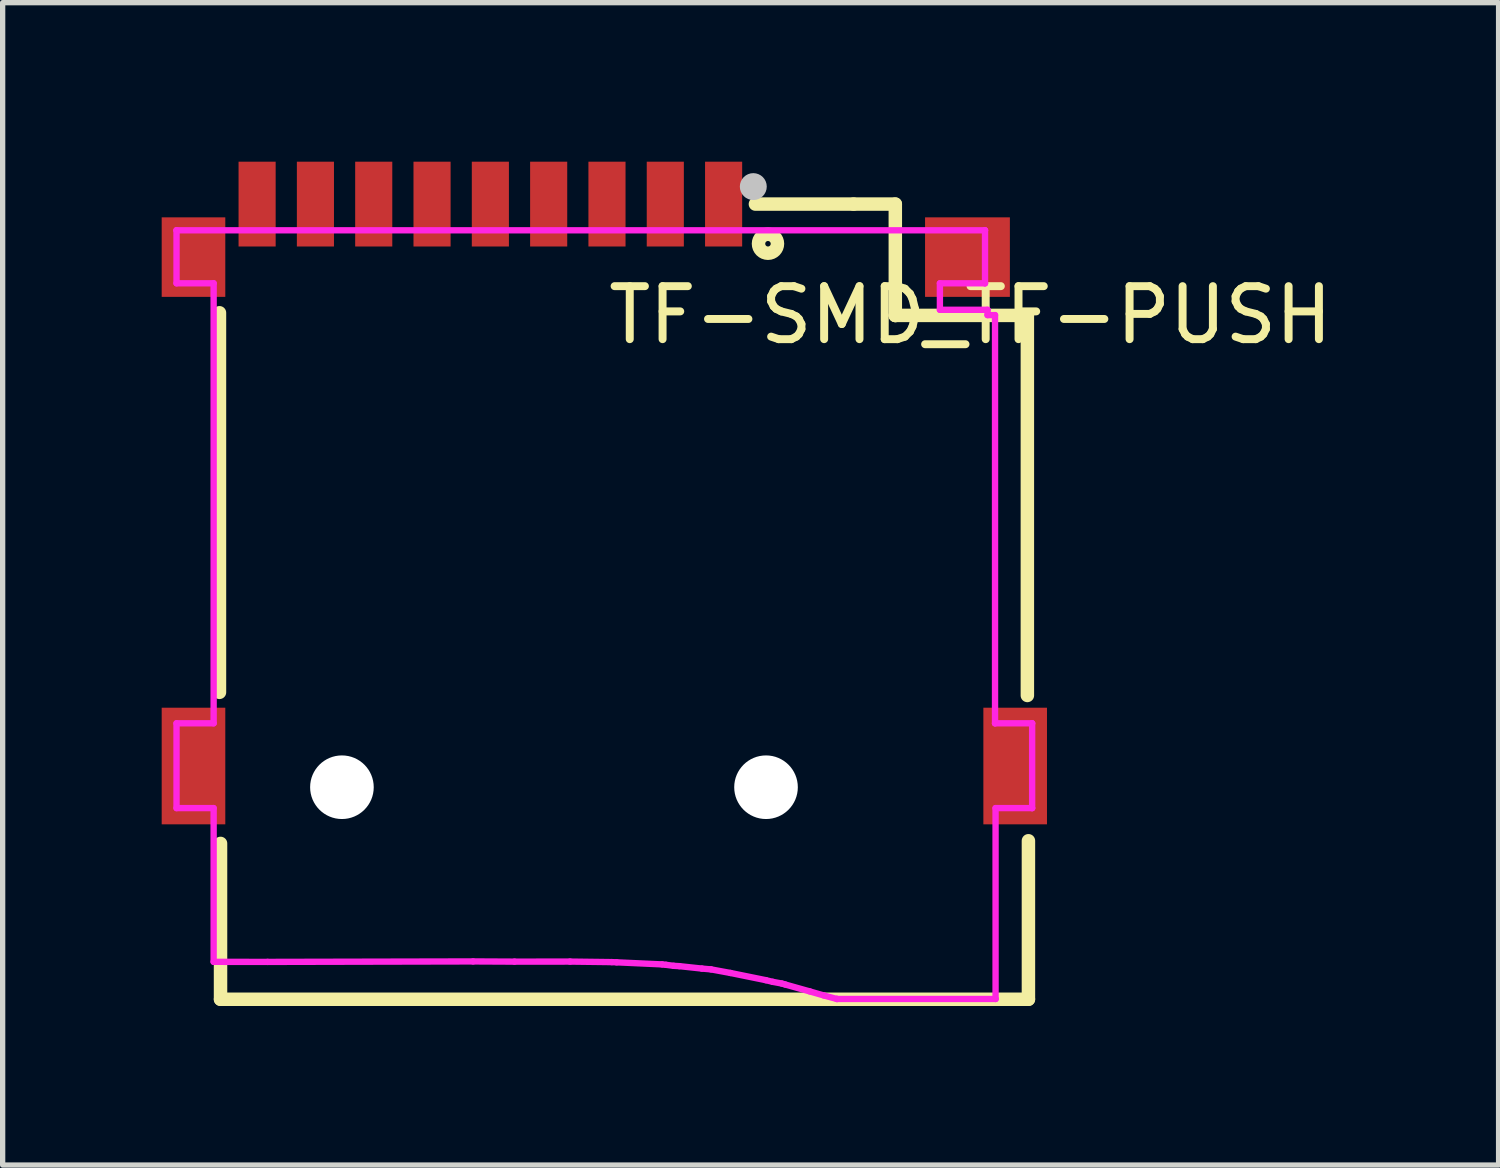
<source format=kicad_pcb>
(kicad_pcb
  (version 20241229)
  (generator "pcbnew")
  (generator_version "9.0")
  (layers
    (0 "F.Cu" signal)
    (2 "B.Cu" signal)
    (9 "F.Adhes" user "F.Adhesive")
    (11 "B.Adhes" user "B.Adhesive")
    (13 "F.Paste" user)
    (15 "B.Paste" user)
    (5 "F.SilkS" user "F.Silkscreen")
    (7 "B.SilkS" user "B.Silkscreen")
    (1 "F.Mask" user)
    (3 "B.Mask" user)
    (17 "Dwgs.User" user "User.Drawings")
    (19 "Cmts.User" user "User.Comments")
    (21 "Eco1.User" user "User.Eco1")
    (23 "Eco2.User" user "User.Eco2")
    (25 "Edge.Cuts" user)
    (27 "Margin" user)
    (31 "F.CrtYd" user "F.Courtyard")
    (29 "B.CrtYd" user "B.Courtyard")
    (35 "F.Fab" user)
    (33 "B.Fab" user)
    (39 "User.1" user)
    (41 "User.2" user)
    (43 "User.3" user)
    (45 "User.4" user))
  (footprint "TF-SMD_TF-PUSH"
    (layer "F.Cu")
    (at 8.35 6.1)
    (property "Reference" "TF-SMD_TF-PUSH" (at 0 -3.207 0) (layer "F.SilkS") (effects (font (size 1 1) (thickness 0.15)) (justify left)))
    (attr through_hole)
    (fp_line (start -7.26 -3.25) (end -7.26 3.91) (stroke (width 0.254) (type solid)) (layer "F.SilkS"))
    (fp_line (start -7.24 9.7) (end -7.24 6.76) (stroke (width 0.254) (type solid)) (layer "F.SilkS"))
    (fp_line (start -7.24 9.7) (end 8 9.7) (stroke (width 0.254) (type solid)) (layer "F.SilkS"))
    (fp_line (start 4.702 -5.3) (end 2.85 -5.3) (stroke (width 0.254) (type solid)) (layer "F.SilkS"))
    (fp_line (start 4.702 -5.3) (end 5.489 -5.3) (stroke (width 0.254) (type solid)) (layer "F.SilkS"))
    (fp_line (start 5.489 -5.3) (end 5.489 -3.199) (stroke (width 0.254) (type solid)) (layer "F.SilkS"))
    (fp_line (start 5.489 -3.199) (end 5.5 -3.2) (stroke (width 0.254) (type solid)) (layer "F.SilkS"))
    (fp_line (start 7.98 -3.2) (end 5.49 -3.2) (stroke (width 0.254) (type solid)) (layer "F.SilkS"))
    (fp_line (start 7.98 3.969) (end 7.98 -3.2) (stroke (width 0.254) (type solid)) (layer "F.SilkS"))
    (fp_line (start 8 9.7) (end 8 6.71) (stroke (width 0.254) (type solid)) (layer "F.SilkS"))
    (fp_circle (center 3.087 -4.552) (end 3.139 -4.552) (stroke (width 0.254) (type solid)) (fill no) (layer "F.SilkS"))
    (fp_circle (center -4.95 5.7) (end -4.75 5.7) (stroke (width 0.4) (type solid)) (fill no) (layer "Dwgs.User"))
    (fp_circle (center 2.81 -5.63) (end 2.937 -5.63) (stroke (width 0.254) (type solid)) (fill no) (layer "Dwgs.User"))
    (fp_circle (center 3.05 5.7) (end 3.25 5.7) (stroke (width 0.4) (type solid)) (fill no) (layer "Dwgs.User"))
    (fp_circle (center 8.07 -5.505) (end 8.1 -5.505) (stroke (width 0.06) (type solid)) (fill no) (layer "Eco2.User"))
    (fp_poly (pts (xy -6.7 -5.505) (xy -6.4 -5.505) (xy -6.4 -4.805) (xy -6.7 -4.805)) (stroke (width 0.12) (type solid)) (fill no) (layer "Eco2.User"))
    (fp_poly (pts (xy -5.6 -5.505) (xy -5.3 -5.505) (xy -5.3 -4.805) (xy -5.6 -4.805)) (stroke (width 0.12) (type solid)) (fill no) (layer "Eco2.User"))
    (fp_poly (pts (xy -4.5 -5.505) (xy -4.2 -5.505) (xy -4.2 -4.805) (xy -4.5 -4.805)) (stroke (width 0.12) (type solid)) (fill no) (layer "Eco2.User"))
    (fp_poly (pts (xy -3.4 -5.505) (xy -3.1 -5.505) (xy -3.1 -4.805) (xy -3.4 -4.805)) (stroke (width 0.12) (type solid)) (fill no) (layer "Eco2.User"))
    (fp_poly (pts (xy -2.3 -5.505) (xy -2 -5.505) (xy -2 -4.805) (xy -2.3 -4.805)) (stroke (width 0.12) (type solid)) (fill no) (layer "Eco2.User"))
    (fp_poly (pts (xy -1.2 -5.505) (xy -0.9 -5.505) (xy -0.9 -4.805) (xy -1.2 -4.805)) (stroke (width 0.12) (type solid)) (fill no) (layer "Eco2.User"))
    (fp_poly (pts (xy -0.1 -5.505) (xy 0.2 -5.505) (xy 0.2 -4.805) (xy -0.1 -4.805)) (stroke (width 0.12) (type solid)) (fill no) (layer "Eco2.User"))
    (fp_poly (pts (xy 1 -5.505) (xy 1.3 -5.505) (xy 1.3 -4.805) (xy 1 -4.805)) (stroke (width 0.12) (type solid)) (fill no) (layer "Eco2.User"))
    (fp_poly (pts (xy 2.1 -5.505) (xy 2.4 -5.505) (xy 2.4 -4.805) (xy 2.1 -4.805)) (stroke (width 0.12) (type solid)) (fill no) (layer "Eco2.User"))
    (fp_poly (pts (xy -7.369 6.094) (xy -7.37 4.494) (xy -8.069 4.494) (xy -8.069 6.094) (xy -8.009 6.094)) (stroke (width 0.12) (type solid)) (fill no) (layer "Eco2.User"))
    (fp_poly (pts (xy 8.069 6.092) (xy 8.068 4.492) (xy 7.369 4.492) (xy 7.369 6.091) (xy 7.429 6.091)) (stroke (width 0.12) (type solid)) (fill no) (layer "Eco2.User"))
    (fp_poly (pts (xy -7.37 -3.806) (xy -8.069 -3.806) (xy -8.07 -4.806) (xy -7.383 -4.806) (xy -7.382 -4.805) (xy -7.384 -4.498)) (stroke (width 0.12) (type solid)) (fill no) (layer "Eco2.User"))
    (fp_poly (pts (xy 6.481 -3.805) (xy 7.181 -3.805) (xy 7.181 -4.805) (xy 6.494 -4.805) (xy 6.469 -4.806) (xy 6.472 -4.752) (xy 6.473 -4.671) (xy 6.474 -4.498)) (stroke (width 0.12) (type solid)) (fill no) (layer "Eco2.User"))
    (fp_line (start -8.07 -4.806) (end -8.07 -4.806) (stroke (width 0.12) (type solid)) (layer "F.CrtYd"))
    (fp_line (start -8.07 -4.806) (end 7.181 -4.806) (stroke (width 0.12) (type solid)) (layer "F.CrtYd"))
    (fp_line (start -8.07 -3.806) (end -8.07 -4.806) (stroke (width 0.12) (type solid)) (layer "F.CrtYd"))
    (fp_line (start -8.07 4.494) (end -7.37 4.494) (stroke (width 0.12) (type solid)) (layer "F.CrtYd"))
    (fp_line (start -8.07 6.094) (end -8.07 4.494) (stroke (width 0.12) (type solid)) (layer "F.CrtYd"))
    (fp_line (start -7.37 -3.806) (end -8.07 -3.806) (stroke (width 0.12) (type solid)) (layer "F.CrtYd"))
    (fp_line (start -7.37 4.494) (end -7.37 -3.806) (stroke (width 0.12) (type solid)) (layer "F.CrtYd"))
    (fp_line (start -7.37 6.094) (end -8.07 6.094) (stroke (width 0.12) (type solid)) (layer "F.CrtYd"))
    (fp_line (start -7.37 8.994) (end -7.37 6.094) (stroke (width 0.12) (type solid)) (layer "F.CrtYd"))
    (fp_line (start -6.352 8.995) (end -7.37 8.994) (stroke (width 0.12) (type solid)) (layer "F.CrtYd"))
    (fp_line (start -2.476 8.986) (end -6.352 8.995) (stroke (width 0.12) (type solid)) (layer "F.CrtYd"))
    (fp_line (start -1.695 8.99) (end -2.476 8.986) (stroke (width 0.12) (type solid)) (layer "F.CrtYd"))
    (fp_line (start -0.648 8.989) (end -1.695 8.99) (stroke (width 0.12) (type solid)) (layer "F.CrtYd"))
    (fp_line (start 0.138 8.999) (end -0.648 8.989) (stroke (width 0.12) (type solid)) (layer "F.CrtYd"))
    (fp_line (start 0.232 9.003) (end 0.138 8.999) (stroke (width 0.12) (type solid)) (layer "F.CrtYd"))
    (fp_line (start 1.09 9.042) (end 0.232 9.003) (stroke (width 0.12) (type solid)) (layer "F.CrtYd"))
    (fp_line (start 1.163 9.05) (end 1.09 9.042) (stroke (width 0.12) (type solid)) (layer "F.CrtYd"))
    (fp_line (start 1.308 9.069) (end 1.163 9.05) (stroke (width 0.12) (type solid)) (layer "F.CrtYd"))
    (fp_line (start 1.414 9.075) (end 1.308 9.069) (stroke (width 0.12) (type solid)) (layer "F.CrtYd"))
    (fp_line (start 1.841 9.121) (end 1.414 9.075) (stroke (width 0.12) (type solid)) (layer "F.CrtYd"))
    (fp_line (start 2.012 9.136) (end 1.841 9.121) (stroke (width 0.12) (type solid)) (layer "F.CrtYd"))
    (fp_line (start 2.38 9.204) (end 2.012 9.136) (stroke (width 0.12) (type solid)) (layer "F.CrtYd"))
    (fp_line (start 3.048 9.34) (end 2.38 9.204) (stroke (width 0.12) (type solid)) (layer "F.CrtYd"))
    (fp_line (start 3.176 9.371) (end 3.048 9.34) (stroke (width 0.12) (type solid)) (layer "F.CrtYd"))
    (fp_line (start 3.348 9.403) (end 3.176 9.371) (stroke (width 0.12) (type solid)) (layer "F.CrtYd"))
    (fp_line (start 3.411 9.421) (end 3.348 9.403) (stroke (width 0.12) (type solid)) (layer "F.CrtYd"))
    (fp_line (start 3.876 9.552) (end 3.411 9.421) (stroke (width 0.12) (type solid)) (layer "F.CrtYd"))
    (fp_line (start 4.14 9.628) (end 3.876 9.552) (stroke (width 0.12) (type solid)) (layer "F.CrtYd"))
    (fp_line (start 4.388 9.695) (end 4.14 9.628) (stroke (width 0.12) (type solid)) (layer "F.CrtYd"))
    (fp_line (start 4.389 9.694) (end 4.388 9.695) (stroke (width 0.12) (type solid)) (layer "F.CrtYd"))
    (fp_line (start 4.389 9.694) (end 4.389 9.694) (stroke (width 0.12) (type solid)) (layer "F.CrtYd"))
    (fp_line (start 6.33 -3.806) (end 6.33 -3.306) (stroke (width 0.12) (type solid)) (layer "F.CrtYd"))
    (fp_line (start 6.33 -3.306) (end 7.229 -3.306) (stroke (width 0.12) (type solid)) (layer "F.CrtYd"))
    (fp_line (start 7.181 -4.806) (end 7.181 -4.806) (stroke (width 0.12) (type solid)) (layer "F.CrtYd"))
    (fp_line (start 7.181 -4.806) (end 7.181 -3.806) (stroke (width 0.12) (type solid)) (layer "F.CrtYd"))
    (fp_line (start 7.181 -3.806) (end 6.33 -3.806) (stroke (width 0.12) (type solid)) (layer "F.CrtYd"))
    (fp_line (start 7.181 -3.806) (end 7.181 -3.806) (stroke (width 0.12) (type solid)) (layer "F.CrtYd"))
    (fp_line (start 7.229 -3.306) (end 7.229 -3.206) (stroke (width 0.12) (type solid)) (layer "F.CrtYd"))
    (fp_line (start 7.229 -3.206) (end 7.37 -3.206) (stroke (width 0.12) (type solid)) (layer "F.CrtYd"))
    (fp_line (start 7.37 -3.206) (end 7.37 4.494) (stroke (width 0.12) (type solid)) (layer "F.CrtYd"))
    (fp_line (start 7.37 4.494) (end 7.37 4.494) (stroke (width 0.12) (type solid)) (layer "F.CrtYd"))
    (fp_line (start 7.37 4.494) (end 8.069 4.494) (stroke (width 0.12) (type solid)) (layer "F.CrtYd"))
    (fp_line (start 7.379 9.694) (end 4.389 9.694) (stroke (width 0.12) (type solid)) (layer "F.CrtYd"))
    (fp_line (start 7.38 6.094) (end 7.38 9.693) (stroke (width 0.12) (type solid)) (layer "F.CrtYd"))
    (fp_line (start 7.38 9.693) (end 7.379 9.694) (stroke (width 0.12) (type solid)) (layer "F.CrtYd"))
    (fp_line (start 8.069 4.494) (end 8.07 4.495) (stroke (width 0.12) (type solid)) (layer "F.CrtYd"))
    (fp_line (start 8.07 4.495) (end 8.07 6.094) (stroke (width 0.12) (type solid)) (layer "F.CrtYd"))
    (fp_line (start 8.07 6.094) (end 7.38 6.094) (stroke (width 0.12) (type solid)) (layer "F.CrtYd"))
    (fp_line (start 8.07 6.094) (end 8.07 6.094) (stroke (width 0.12) (type solid)) (layer "F.CrtYd"))
    (pad "" np_thru_hole circle (at -4.95 5.7) (size 1.2 1.2) (drill 1.2) (layers "*.Cu" "*.Mask"))
    (pad "" np_thru_hole circle (at 3.05 5.7) (size 1.2 1.2) (drill 1.2) (layers "*.Cu" "*.Mask"))
    (pad "1" smd rect (at 2.25 -5.3) (size 0.7 1.6) (layers "F.Cu" "F.Mask" "F.Paste"))
    (pad "2" smd rect (at 1.15 -5.3) (size 0.7 1.6) (layers "F.Cu" "F.Mask" "F.Paste"))
    (pad "3" smd rect (at 0.05 -5.3) (size 0.7 1.6) (layers "F.Cu" "F.Mask" "F.Paste"))
    (pad "4" smd rect (at -1.05 -5.3) (size 0.7 1.6) (layers "F.Cu" "F.Mask" "F.Paste"))
    (pad "5" smd rect (at -2.15 -5.3) (size 0.7 1.6) (layers "F.Cu" "F.Mask" "F.Paste"))
    (pad "6" smd rect (at -3.25 -5.3) (size 0.7 1.6) (layers "F.Cu" "F.Mask" "F.Paste"))
    (pad "7" smd rect (at -4.35 -5.3) (size 0.7 1.6) (layers "F.Cu" "F.Mask" "F.Paste"))
    (pad "8" smd rect (at -5.45 -5.3) (size 0.7 1.6) (layers "F.Cu" "F.Mask" "F.Paste"))
    (pad "10" smd rect (at -7.75 -4.3) (size 1.2 1.5) (layers "F.Cu" "F.Mask" "F.Paste"))
    (pad "11" smd rect (at -7.75 5.3) (size 1.2 2.2) (layers "F.Cu" "F.Mask" "F.Paste"))
    (pad "12" smd rect (at 7.75 5.3) (size 1.2 2.2) (layers "F.Cu" "F.Mask" "F.Paste"))
    (pad "13" smd rect (at 6.85 -4.3) (size 1.6 1.5) (layers "F.Cu" "F.Mask" "F.Paste"))
    (pad "CD" smd rect (at -6.55 -5.3) (size 0.7 1.6) (layers "F.Cu" "F.Mask" "F.Paste")))
  (gr_rect
    (start -3 -3)
    (end 25.219 18.927)
    (stroke (width 0.1) (type default))
    (fill no)
    (layer "Edge.Cuts")))
</source>
